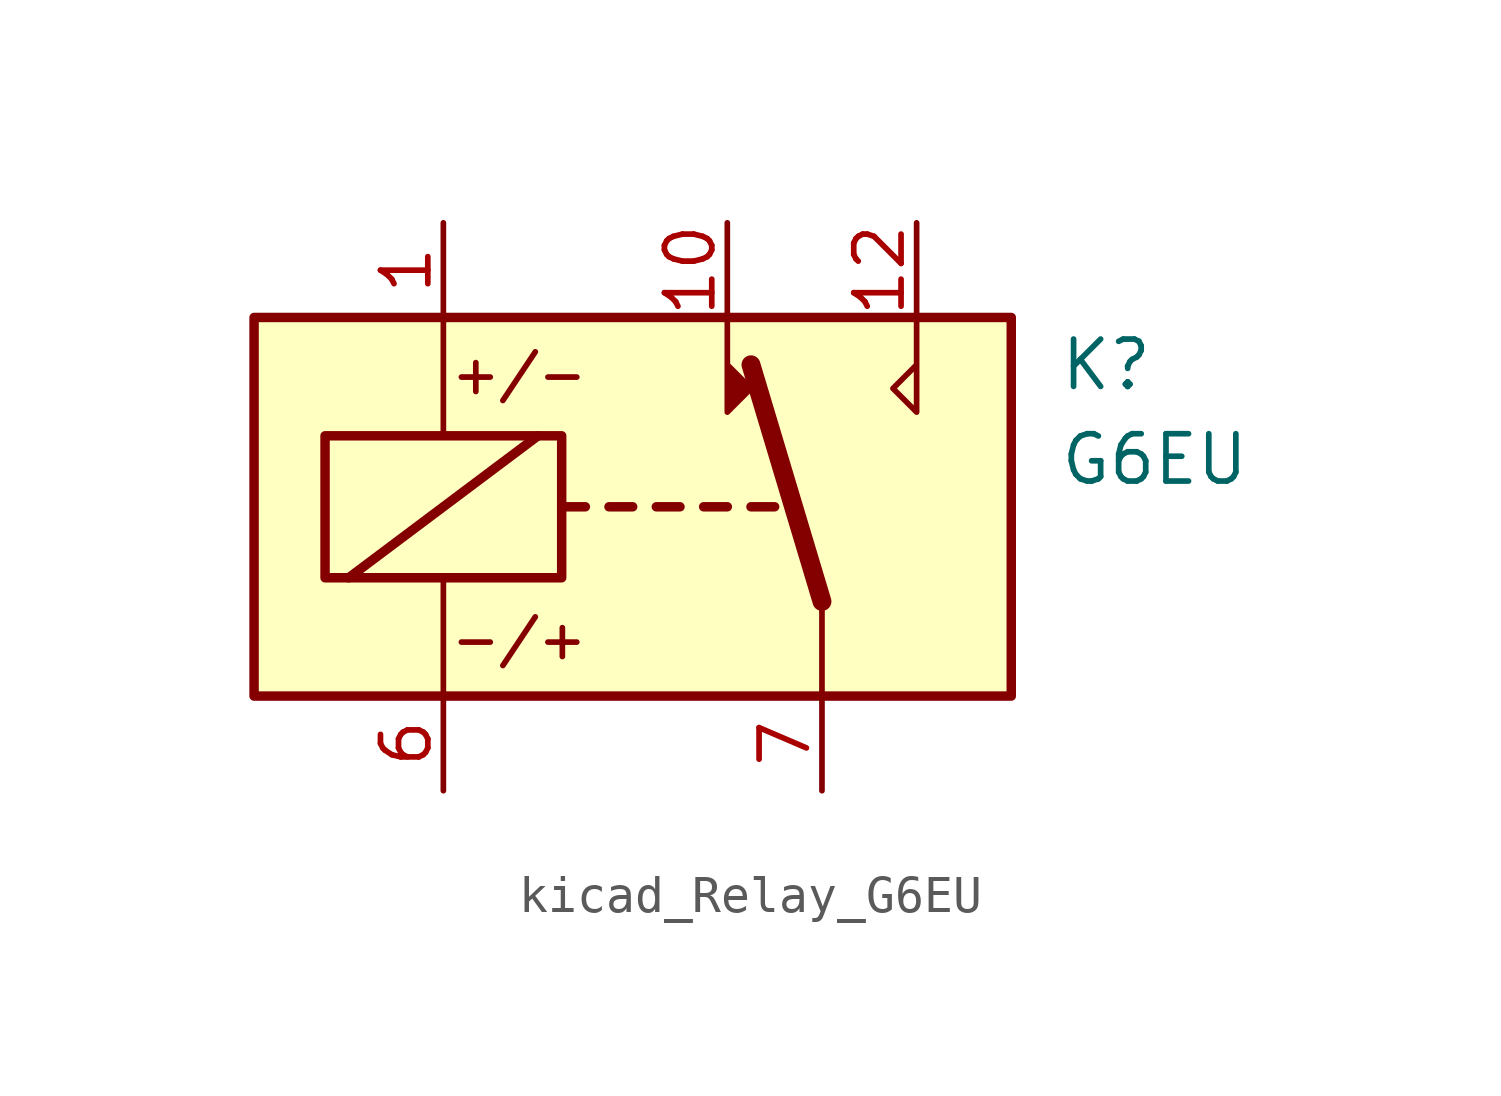
<source format=kicad_sym>
(kicad_symbol_lib
  (version 20220914)
  (generator kicad_symbol_editor)
  (symbol "kicad_Relay_G6EU"
    (property "Reference" "K"
      (at 11.43 3.81 0)
      (effects (font (size 1.27 1.27)) (justify left)))
    (property "Value" "G6EU"
      (at 11.43 1.27 0)
      (effects (font (size 1.27 1.27)) (justify left)))
    (symbol "kicad_Relay_G6EU_0_0"
      (polyline (pts (xy 7.62 5.08) (xy 7.62 2.54) (xy 6.985 3.175) (xy 7.62 3.81)) (stroke (width 0) (type default)) (fill (type none)))
      (text "+/-" (at -3.048 3.556 0) (effects (font (size 1.016 1.016))))
      (text "-/+" (at -3.048 -3.556 0) (effects (font (size 1.016 1.016)))))
    (symbol "kicad_Relay_G6EU_0_1"
      (rectangle (start -10.16 5.08) (end 10.16 -5.08) (stroke (width 0.254) (type default)) (fill (type background)))
      (rectangle (start -8.255 1.905) (end -1.905 -1.905) (stroke (width 0.254) (type default)) (fill (type none)))
      (polyline (pts (xy -7.62 -1.905) (xy -2.54 1.905)) (stroke (width 0.254) (type default)) (fill (type none)))
      (polyline (pts (xy -5.08 -5.08) (xy -5.08 -1.905)) (stroke (width 0) (type default)) (fill (type none)))
      (polyline (pts (xy -5.08 5.08) (xy -5.08 1.905)) (stroke (width 0) (type default)) (fill (type none)))
      (polyline (pts (xy -1.905 0) (xy -1.27 0)) (stroke (width 0.254) (type default)) (fill (type none)))
      (polyline (pts (xy -0.635 0) (xy 0 0)) (stroke (width 0.254) (type default)) (fill (type none)))
      (polyline (pts (xy 0.635 0) (xy 1.27 0)) (stroke (width 0.254) (type default)) (fill (type none)))
      (polyline (pts (xy 1.905 0) (xy 2.54 0)) (stroke (width 0.254) (type default)) (fill (type none)))
      (polyline (pts (xy 3.175 0) (xy 3.81 0)) (stroke (width 0.254) (type default)) (fill (type none)))
      (polyline (pts (xy 5.08 -2.54) (xy 3.175 3.81)) (stroke (width 0.508) (type default)) (fill (type none)))
      (polyline (pts (xy 5.08 -2.54) (xy 5.08 -5.08)) (stroke (width 0) (type default)) (fill (type none)))
      (polyline (pts (xy 2.54 5.08) (xy 2.54 2.54) (xy 3.175 3.175) (xy 2.54 3.81)) (stroke (width 0) (type default)) (fill (type outline))))
    (symbol "kicad_Relay_G6EU_1_1"
      (pin passive line (at -5.08 7.62 270) (length 2.54) (name "~" (effects (font (size 1.27 1.27)))) (number "1" (effects (font (size 1.27 1.27)))))
      (pin passive line (at 2.54 7.62 270) (length 2.54) (name "~" (effects (font (size 1.27 1.27)))) (number "10" (effects (font (size 1.27 1.27)))))
      (pin passive line (at 7.62 7.62 270) (length 2.54) (name "~" (effects (font (size 1.27 1.27)))) (number "12" (effects (font (size 1.27 1.27)))))
      (pin passive line (at -5.08 -7.62 90) (length 2.54) (name "~" (effects (font (size 1.27 1.27)))) (number "6" (effects (font (size 1.27 1.27)))))
      (pin passive line (at 5.08 -7.62 90) (length 2.54) (name "~" (effects (font (size 1.27 1.27)))) (number "7" (effects (font (size 1.27 1.27))))))))
</source>
